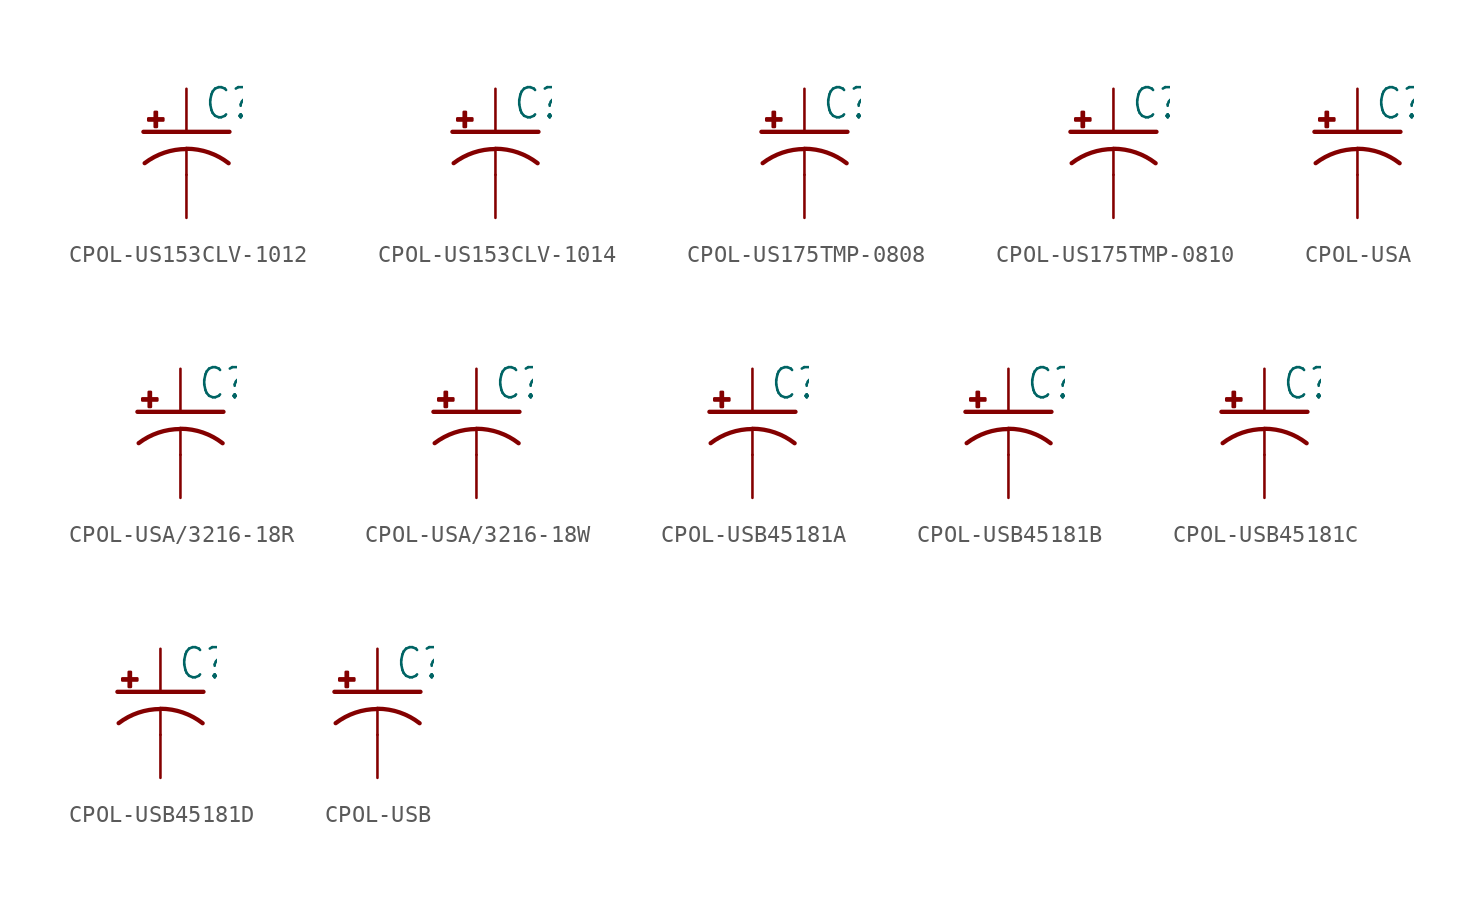
<source format=kicad_sym>
(kicad_symbol_lib
  (version 20231120)
  (generator "kicad_symbol_editor")
  (generator_version "8.0")
  (symbol "CPOL-US153CLV-1012"
    (property "Reference" "C"
      (at 1.016 0.635 0)
      (effects (font (size 1.778 1.511)) (justify left bottom)))
    (property "Value" ""
      (at 1.016 -4.191 0)
      (effects (font (size 1.778 1.511)) (justify left bottom)))
    (property "ki_locked" ""
      (at 0 0 0)
      (effects (font (size 1.27 1.27))))
    (symbol "CPOL-US153CLV-1012_1_0"
      (rectangle (start -2.253 0.668) (end -1.364 0.795) (stroke (width 0) (type default)) (fill (type outline)))
      (rectangle (start -1.872 0.287) (end -1.745 1.176) (stroke (width 0) (type default)) (fill (type outline)))
      (arc (start 0 -1.0161) (mid -1.3021 -1.2303) (end -2.4669 -1.8504) (stroke (width 0.254) (type solid)) (fill (type none)))
      (polyline (pts (xy -2.54 0) (xy 2.54 0)) (stroke (width 0.254) (type solid)) (fill (type none)))
      (polyline (pts (xy 0 -1.016) (xy 0 -2.54)) (stroke (width 0.152) (type solid)) (fill (type none)))
      (arc (start 2.4892 -1.8541) (mid 1.3158 -1.2194) (end 0 -1) (stroke (width 0.254) (type solid)) (fill (type none)))
      (pin passive line (at 0 2.54 270) (length 2.54) (name "+" (effects (font (size 0 0)))) (number "+" (effects (font (size 0 0)))))
      (pin passive line (at 0 -5.08 90) (length 2.54) (name "-" (effects (font (size 0 0)))) (number "-" (effects (font (size 0 0)))))))
  (symbol "CPOL-US153CLV-1014"
    (property "Reference" "C"
      (at 1.016 0.635 0)
      (effects (font (size 1.778 1.511)) (justify left bottom)))
    (property "Value" ""
      (at 1.016 -4.191 0)
      (effects (font (size 1.778 1.511)) (justify left bottom)))
    (property "ki_locked" ""
      (at 0 0 0)
      (effects (font (size 1.27 1.27))))
    (symbol "CPOL-US153CLV-1014_1_0"
      (rectangle (start -2.253 0.668) (end -1.364 0.795) (stroke (width 0) (type default)) (fill (type outline)))
      (rectangle (start -1.872 0.287) (end -1.745 1.176) (stroke (width 0) (type default)) (fill (type outline)))
      (arc (start 0 -1.0161) (mid -1.3021 -1.2303) (end -2.4669 -1.8504) (stroke (width 0.254) (type solid)) (fill (type none)))
      (polyline (pts (xy -2.54 0) (xy 2.54 0)) (stroke (width 0.254) (type solid)) (fill (type none)))
      (polyline (pts (xy 0 -1.016) (xy 0 -2.54)) (stroke (width 0.152) (type solid)) (fill (type none)))
      (arc (start 2.4892 -1.8541) (mid 1.3158 -1.2194) (end 0 -1) (stroke (width 0.254) (type solid)) (fill (type none)))
      (pin passive line (at 0 2.54 270) (length 2.54) (name "+" (effects (font (size 0 0)))) (number "+" (effects (font (size 0 0)))))
      (pin passive line (at 0 -5.08 90) (length 2.54) (name "-" (effects (font (size 0 0)))) (number "-" (effects (font (size 0 0)))))))
  (symbol "CPOL-US175TMP-0808"
    (property "Reference" "C"
      (at 1.016 0.635 0)
      (effects (font (size 1.778 1.511)) (justify left bottom)))
    (property "Value" ""
      (at 1.016 -4.191 0)
      (effects (font (size 1.778 1.511)) (justify left bottom)))
    (property "ki_locked" ""
      (at 0 0 0)
      (effects (font (size 1.27 1.27))))
    (symbol "CPOL-US175TMP-0808_1_0"
      (rectangle (start -2.253 0.668) (end -1.364 0.795) (stroke (width 0) (type default)) (fill (type outline)))
      (rectangle (start -1.872 0.287) (end -1.745 1.176) (stroke (width 0) (type default)) (fill (type outline)))
      (arc (start 0 -1.0161) (mid -1.3021 -1.2303) (end -2.4669 -1.8504) (stroke (width 0.254) (type solid)) (fill (type none)))
      (polyline (pts (xy -2.54 0) (xy 2.54 0)) (stroke (width 0.254) (type solid)) (fill (type none)))
      (polyline (pts (xy 0 -1.016) (xy 0 -2.54)) (stroke (width 0.152) (type solid)) (fill (type none)))
      (arc (start 2.4892 -1.8541) (mid 1.3158 -1.2194) (end 0 -1) (stroke (width 0.254) (type solid)) (fill (type none)))
      (pin passive line (at 0 2.54 270) (length 2.54) (name "+" (effects (font (size 0 0)))) (number "+" (effects (font (size 0 0)))))
      (pin passive line (at 0 -5.08 90) (length 2.54) (name "-" (effects (font (size 0 0)))) (number "-" (effects (font (size 0 0)))))))
  (symbol "CPOL-US175TMP-0810"
    (property "Reference" "C"
      (at 1.016 0.635 0)
      (effects (font (size 1.778 1.511)) (justify left bottom)))
    (property "Value" ""
      (at 1.016 -4.191 0)
      (effects (font (size 1.778 1.511)) (justify left bottom)))
    (property "ki_locked" ""
      (at 0 0 0)
      (effects (font (size 1.27 1.27))))
    (symbol "CPOL-US175TMP-0810_1_0"
      (rectangle (start -2.253 0.668) (end -1.364 0.795) (stroke (width 0) (type default)) (fill (type outline)))
      (rectangle (start -1.872 0.287) (end -1.745 1.176) (stroke (width 0) (type default)) (fill (type outline)))
      (arc (start 0 -1.0161) (mid -1.3021 -1.2303) (end -2.4669 -1.8504) (stroke (width 0.254) (type solid)) (fill (type none)))
      (polyline (pts (xy -2.54 0) (xy 2.54 0)) (stroke (width 0.254) (type solid)) (fill (type none)))
      (polyline (pts (xy 0 -1.016) (xy 0 -2.54)) (stroke (width 0.152) (type solid)) (fill (type none)))
      (arc (start 2.4892 -1.8541) (mid 1.3158 -1.2194) (end 0 -1) (stroke (width 0.254) (type solid)) (fill (type none)))
      (pin passive line (at 0 2.54 270) (length 2.54) (name "+" (effects (font (size 0 0)))) (number "+" (effects (font (size 0 0)))))
      (pin passive line (at 0 -5.08 90) (length 2.54) (name "-" (effects (font (size 0 0)))) (number "-" (effects (font (size 0 0)))))))
  (symbol "CPOL-USA"
    (property "Reference" "C"
      (at 1.016 0.635 0)
      (effects (font (size 1.778 1.511)) (justify left bottom)))
    (property "Value" ""
      (at 1.016 -4.191 0)
      (effects (font (size 1.778 1.511)) (justify left bottom)))
    (property "ki_locked" ""
      (at 0 0 0)
      (effects (font (size 1.27 1.27))))
    (symbol "CPOL-USA_1_0"
      (rectangle (start -2.253 0.668) (end -1.364 0.795) (stroke (width 0) (type default)) (fill (type outline)))
      (rectangle (start -1.872 0.287) (end -1.745 1.176) (stroke (width 0) (type default)) (fill (type outline)))
      (arc (start 0 -1.0161) (mid -1.3021 -1.2303) (end -2.4669 -1.8504) (stroke (width 0.254) (type solid)) (fill (type none)))
      (polyline (pts (xy -2.54 0) (xy 2.54 0)) (stroke (width 0.254) (type solid)) (fill (type none)))
      (polyline (pts (xy 0 -1.016) (xy 0 -2.54)) (stroke (width 0.152) (type solid)) (fill (type none)))
      (arc (start 2.4892 -1.8541) (mid 1.3158 -1.2194) (end 0 -1) (stroke (width 0.254) (type solid)) (fill (type none)))
      (pin passive line (at 0 2.54 270) (length 2.54) (name "+" (effects (font (size 0 0)))) (number "+" (effects (font (size 0 0)))))
      (pin passive line (at 0 -5.08 90) (length 2.54) (name "-" (effects (font (size 0 0)))) (number "-" (effects (font (size 0 0)))))))
  (symbol "CPOL-USA/3216-18R"
    (property "Reference" "C"
      (at 1.016 0.635 0)
      (effects (font (size 1.778 1.511)) (justify left bottom)))
    (property "Value" ""
      (at 1.016 -4.191 0)
      (effects (font (size 1.778 1.511)) (justify left bottom)))
    (property "ki_locked" ""
      (at 0 0 0)
      (effects (font (size 1.27 1.27))))
    (symbol "CPOL-USA/3216-18R_1_0"
      (rectangle (start -2.253 0.668) (end -1.364 0.795) (stroke (width 0) (type default)) (fill (type outline)))
      (rectangle (start -1.872 0.287) (end -1.745 1.176) (stroke (width 0) (type default)) (fill (type outline)))
      (arc (start 0 -1.0161) (mid -1.3021 -1.2303) (end -2.4669 -1.8504) (stroke (width 0.254) (type solid)) (fill (type none)))
      (polyline (pts (xy -2.54 0) (xy 2.54 0)) (stroke (width 0.254) (type solid)) (fill (type none)))
      (polyline (pts (xy 0 -1.016) (xy 0 -2.54)) (stroke (width 0.152) (type solid)) (fill (type none)))
      (arc (start 2.4892 -1.8541) (mid 1.3158 -1.2194) (end 0 -1) (stroke (width 0.254) (type solid)) (fill (type none)))
      (pin passive line (at 0 2.54 270) (length 2.54) (name "+" (effects (font (size 0 0)))) (number "+" (effects (font (size 0 0)))))
      (pin passive line (at 0 -5.08 90) (length 2.54) (name "-" (effects (font (size 0 0)))) (number "-" (effects (font (size 0 0)))))))
  (symbol "CPOL-USA/3216-18W"
    (property "Reference" "C"
      (at 1.016 0.635 0)
      (effects (font (size 1.778 1.511)) (justify left bottom)))
    (property "Value" ""
      (at 1.016 -4.191 0)
      (effects (font (size 1.778 1.511)) (justify left bottom)))
    (property "ki_locked" ""
      (at 0 0 0)
      (effects (font (size 1.27 1.27))))
    (symbol "CPOL-USA/3216-18W_1_0"
      (rectangle (start -2.253 0.668) (end -1.364 0.795) (stroke (width 0) (type default)) (fill (type outline)))
      (rectangle (start -1.872 0.287) (end -1.745 1.176) (stroke (width 0) (type default)) (fill (type outline)))
      (arc (start 0 -1.0161) (mid -1.3021 -1.2303) (end -2.4669 -1.8504) (stroke (width 0.254) (type solid)) (fill (type none)))
      (polyline (pts (xy -2.54 0) (xy 2.54 0)) (stroke (width 0.254) (type solid)) (fill (type none)))
      (polyline (pts (xy 0 -1.016) (xy 0 -2.54)) (stroke (width 0.152) (type solid)) (fill (type none)))
      (arc (start 2.4892 -1.8541) (mid 1.3158 -1.2194) (end 0 -1) (stroke (width 0.254) (type solid)) (fill (type none)))
      (pin passive line (at 0 2.54 270) (length 2.54) (name "+" (effects (font (size 0 0)))) (number "+" (effects (font (size 0 0)))))
      (pin passive line (at 0 -5.08 90) (length 2.54) (name "-" (effects (font (size 0 0)))) (number "-" (effects (font (size 0 0)))))))
  (symbol "CPOL-USB45181A"
    (property "Reference" "C"
      (at 1.016 0.635 0)
      (effects (font (size 1.778 1.511)) (justify left bottom)))
    (property "Value" ""
      (at 1.016 -4.191 0)
      (effects (font (size 1.778 1.511)) (justify left bottom)))
    (property "ki_locked" ""
      (at 0 0 0)
      (effects (font (size 1.27 1.27))))
    (symbol "CPOL-USB45181A_1_0"
      (rectangle (start -2.253 0.668) (end -1.364 0.795) (stroke (width 0) (type default)) (fill (type outline)))
      (rectangle (start -1.872 0.287) (end -1.745 1.176) (stroke (width 0) (type default)) (fill (type outline)))
      (arc (start 0 -1.0161) (mid -1.3021 -1.2303) (end -2.4669 -1.8504) (stroke (width 0.254) (type solid)) (fill (type none)))
      (polyline (pts (xy -2.54 0) (xy 2.54 0)) (stroke (width 0.254) (type solid)) (fill (type none)))
      (polyline (pts (xy 0 -1.016) (xy 0 -2.54)) (stroke (width 0.152) (type solid)) (fill (type none)))
      (arc (start 2.4892 -1.8541) (mid 1.3158 -1.2194) (end 0 -1) (stroke (width 0.254) (type solid)) (fill (type none)))
      (pin passive line (at 0 2.54 270) (length 2.54) (name "+" (effects (font (size 0 0)))) (number "+" (effects (font (size 0 0)))))
      (pin passive line (at 0 -5.08 90) (length 2.54) (name "-" (effects (font (size 0 0)))) (number "-" (effects (font (size 0 0)))))))
  (symbol "CPOL-USB45181B"
    (property "Reference" "C"
      (at 1.016 0.635 0)
      (effects (font (size 1.778 1.511)) (justify left bottom)))
    (property "Value" ""
      (at 1.016 -4.191 0)
      (effects (font (size 1.778 1.511)) (justify left bottom)))
    (property "ki_locked" ""
      (at 0 0 0)
      (effects (font (size 1.27 1.27))))
    (symbol "CPOL-USB45181B_1_0"
      (rectangle (start -2.253 0.668) (end -1.364 0.795) (stroke (width 0) (type default)) (fill (type outline)))
      (rectangle (start -1.872 0.287) (end -1.745 1.176) (stroke (width 0) (type default)) (fill (type outline)))
      (arc (start 0 -1.0161) (mid -1.3021 -1.2303) (end -2.4669 -1.8504) (stroke (width 0.254) (type solid)) (fill (type none)))
      (polyline (pts (xy -2.54 0) (xy 2.54 0)) (stroke (width 0.254) (type solid)) (fill (type none)))
      (polyline (pts (xy 0 -1.016) (xy 0 -2.54)) (stroke (width 0.152) (type solid)) (fill (type none)))
      (arc (start 2.4892 -1.8541) (mid 1.3158 -1.2194) (end 0 -1) (stroke (width 0.254) (type solid)) (fill (type none)))
      (pin passive line (at 0 2.54 270) (length 2.54) (name "+" (effects (font (size 0 0)))) (number "+" (effects (font (size 0 0)))))
      (pin passive line (at 0 -5.08 90) (length 2.54) (name "-" (effects (font (size 0 0)))) (number "-" (effects (font (size 0 0)))))))
  (symbol "CPOL-USB45181C"
    (property "Reference" "C"
      (at 1.016 0.635 0)
      (effects (font (size 1.778 1.511)) (justify left bottom)))
    (property "Value" ""
      (at 1.016 -4.191 0)
      (effects (font (size 1.778 1.511)) (justify left bottom)))
    (property "ki_locked" ""
      (at 0 0 0)
      (effects (font (size 1.27 1.27))))
    (symbol "CPOL-USB45181C_1_0"
      (rectangle (start -2.253 0.668) (end -1.364 0.795) (stroke (width 0) (type default)) (fill (type outline)))
      (rectangle (start -1.872 0.287) (end -1.745 1.176) (stroke (width 0) (type default)) (fill (type outline)))
      (arc (start 0 -1.0161) (mid -1.3021 -1.2303) (end -2.4669 -1.8504) (stroke (width 0.254) (type solid)) (fill (type none)))
      (polyline (pts (xy -2.54 0) (xy 2.54 0)) (stroke (width 0.254) (type solid)) (fill (type none)))
      (polyline (pts (xy 0 -1.016) (xy 0 -2.54)) (stroke (width 0.152) (type solid)) (fill (type none)))
      (arc (start 2.4892 -1.8541) (mid 1.3158 -1.2194) (end 0 -1) (stroke (width 0.254) (type solid)) (fill (type none)))
      (pin passive line (at 0 2.54 270) (length 2.54) (name "+" (effects (font (size 0 0)))) (number "+" (effects (font (size 0 0)))))
      (pin passive line (at 0 -5.08 90) (length 2.54) (name "-" (effects (font (size 0 0)))) (number "-" (effects (font (size 0 0)))))))
  (symbol "CPOL-USB45181D"
    (property "Reference" "C"
      (at 1.016 0.635 0)
      (effects (font (size 1.778 1.511)) (justify left bottom)))
    (property "Value" ""
      (at 1.016 -4.191 0)
      (effects (font (size 1.778 1.511)) (justify left bottom)))
    (property "ki_locked" ""
      (at 0 0 0)
      (effects (font (size 1.27 1.27))))
    (symbol "CPOL-USB45181D_1_0"
      (rectangle (start -2.253 0.668) (end -1.364 0.795) (stroke (width 0) (type default)) (fill (type outline)))
      (rectangle (start -1.872 0.287) (end -1.745 1.176) (stroke (width 0) (type default)) (fill (type outline)))
      (arc (start 0 -1.0161) (mid -1.3021 -1.2303) (end -2.4669 -1.8504) (stroke (width 0.254) (type solid)) (fill (type none)))
      (polyline (pts (xy -2.54 0) (xy 2.54 0)) (stroke (width 0.254) (type solid)) (fill (type none)))
      (polyline (pts (xy 0 -1.016) (xy 0 -2.54)) (stroke (width 0.152) (type solid)) (fill (type none)))
      (arc (start 2.4892 -1.8541) (mid 1.3158 -1.2194) (end 0 -1) (stroke (width 0.254) (type solid)) (fill (type none)))
      (pin passive line (at 0 2.54 270) (length 2.54) (name "+" (effects (font (size 0 0)))) (number "+" (effects (font (size 0 0)))))
      (pin passive line (at 0 -5.08 90) (length 2.54) (name "-" (effects (font (size 0 0)))) (number "-" (effects (font (size 0 0)))))))
  (symbol "CPOL-USB"
    (property "Reference" "C"
      (at 1.016 0.635 0)
      (effects (font (size 1.778 1.511)) (justify left bottom)))
    (property "Value" ""
      (at 1.016 -4.191 0)
      (effects (font (size 1.778 1.511)) (justify left bottom)))
    (property "ki_locked" ""
      (at 0 0 0)
      (effects (font (size 1.27 1.27))))
    (symbol "CPOL-USB_1_0"
      (rectangle (start -2.253 0.668) (end -1.364 0.795) (stroke (width 0) (type default)) (fill (type outline)))
      (rectangle (start -1.872 0.287) (end -1.745 1.176) (stroke (width 0) (type default)) (fill (type outline)))
      (arc (start 0 -1.0161) (mid -1.3021 -1.2303) (end -2.4669 -1.8504) (stroke (width 0.254) (type solid)) (fill (type none)))
      (polyline (pts (xy -2.54 0) (xy 2.54 0)) (stroke (width 0.254) (type solid)) (fill (type none)))
      (polyline (pts (xy 0 -1.016) (xy 0 -2.54)) (stroke (width 0.152) (type solid)) (fill (type none)))
      (arc (start 2.4892 -1.8541) (mid 1.3158 -1.2194) (end 0 -1) (stroke (width 0.254) (type solid)) (fill (type none)))
      (pin passive line (at 0 2.54 270) (length 2.54) (name "+" (effects (font (size 0 0)))) (number "+" (effects (font (size 0 0)))))
      (pin passive line (at 0 -5.08 90) (length 2.54) (name "-" (effects (font (size 0 0)))) (number "-" (effects (font (size 0 0))))))))
</source>
